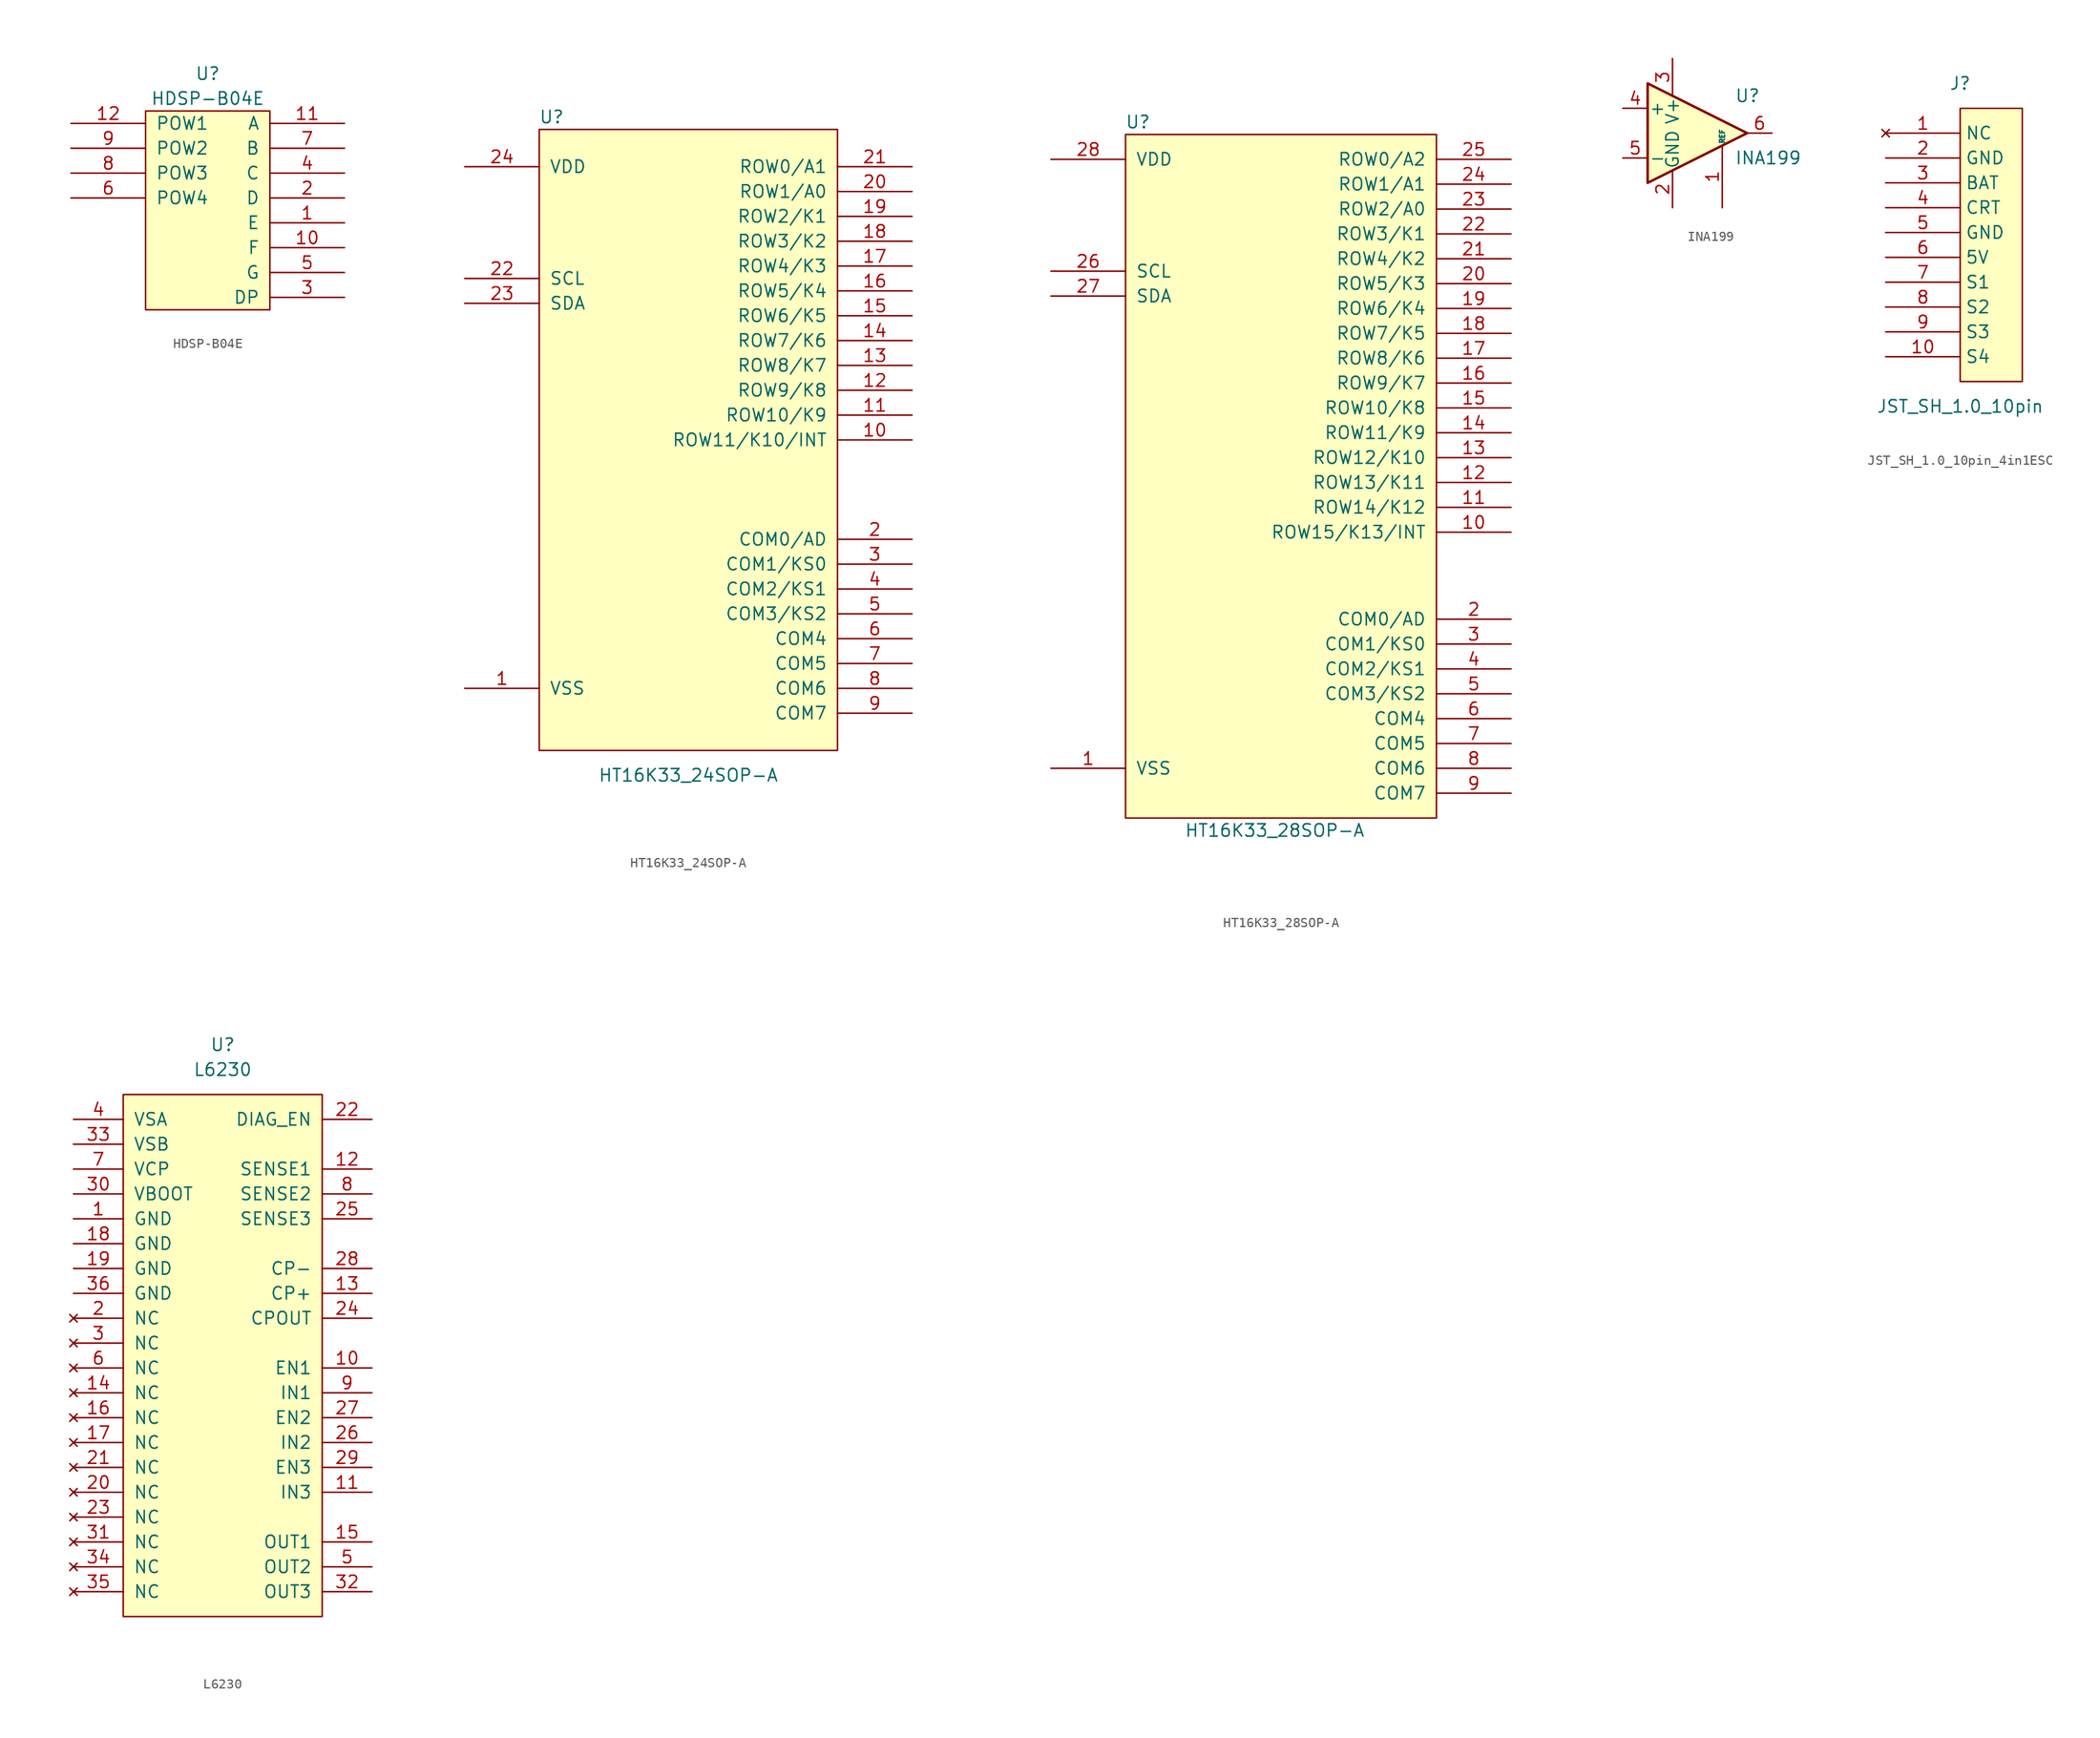
<source format=kicad_sym>
(kicad_symbol_lib
  (version 20220914)
  (generator kicad_symbol_editor)
  (symbol "HDSP-B04E"
    (pin_names
      (offset 1.016))
    (property "Reference" "U"
      (at 0 24.13 0)
      (effects (font (size 1.27 1.27))))
    (property "Value" "HDSP-B04E"
      (at 0 21.59 0)
      (effects (font (size 1.27 1.27))))
    (symbol "HDSP-B04E_0_1"
      (rectangle (start -6.35 20.32) (end 6.35 0) (stroke (width 0) (type solid)) (fill (type background))))
    (symbol "HDSP-B04E_1_1"
      (pin input line (at 13.97 8.89 180) (length 7.62) (name "E" (effects (font (size 1.27 1.27)))) (number "1" (effects (font (size 1.27 1.27)))))
      (pin input line (at 13.97 6.35 180) (length 7.62) (name "F" (effects (font (size 1.27 1.27)))) (number "10" (effects (font (size 1.27 1.27)))))
      (pin input line (at 13.97 19.05 180) (length 7.62) (name "A" (effects (font (size 1.27 1.27)))) (number "11" (effects (font (size 1.27 1.27)))))
      (pin input line (at -13.97 19.05 0) (length 7.62) (name "POW1" (effects (font (size 1.27 1.27)))) (number "12" (effects (font (size 1.27 1.27)))))
      (pin input line (at 13.97 11.43 180) (length 7.62) (name "D" (effects (font (size 1.27 1.27)))) (number "2" (effects (font (size 1.27 1.27)))))
      (pin input line (at 13.97 1.27 180) (length 7.62) (name "DP" (effects (font (size 1.27 1.27)))) (number "3" (effects (font (size 1.27 1.27)))))
      (pin input line (at 13.97 13.97 180) (length 7.62) (name "C" (effects (font (size 1.27 1.27)))) (number "4" (effects (font (size 1.27 1.27)))))
      (pin input line (at 13.97 3.81 180) (length 7.62) (name "G" (effects (font (size 1.27 1.27)))) (number "5" (effects (font (size 1.27 1.27)))))
      (pin input line (at -13.97 11.43 0) (length 7.62) (name "POW4" (effects (font (size 1.27 1.27)))) (number "6" (effects (font (size 1.27 1.27)))))
      (pin input line (at 13.97 16.51 180) (length 7.62) (name "B" (effects (font (size 1.27 1.27)))) (number "7" (effects (font (size 1.27 1.27)))))
      (pin input line (at -13.97 13.97 0) (length 7.62) (name "POW3" (effects (font (size 1.27 1.27)))) (number "8" (effects (font (size 1.27 1.27)))))
      (pin input line (at -13.97 16.51 0) (length 7.62) (name "POW2" (effects (font (size 1.27 1.27)))) (number "9" (effects (font (size 1.27 1.27)))))))
  (symbol "HT16K33_24SOP-A"
    (pin_names
      (offset 1.016))
    (property "Reference" "U"
      (at -13.97 33.02 0)
      (effects (font (size 1.27 1.27))))
    (property "Value" "HT16K33_24SOP-A"
      (at 0 -34.29 0)
      (effects (font (size 1.27 1.27))))
    (symbol "HT16K33_24SOP-A_0_1"
      (rectangle (start -15.24 31.75) (end 15.24 -31.75) (stroke (width 0) (type solid)) (fill (type background))))
    (symbol "HT16K33_24SOP-A_1_1"
      (pin power_in line (at -22.86 -25.4 0) (length 7.62) (name "VSS" (effects (font (size 1.27 1.27)))) (number "1" (effects (font (size 1.27 1.27)))))
      (pin bidirectional line (at 22.86 0 180) (length 7.62) (name "ROW11/K10/INT" (effects (font (size 1.27 1.27)))) (number "10" (effects (font (size 1.27 1.27)))))
      (pin bidirectional line (at 22.86 2.54 180) (length 7.62) (name "ROW10/K9" (effects (font (size 1.27 1.27)))) (number "11" (effects (font (size 1.27 1.27)))))
      (pin bidirectional line (at 22.86 5.08 180) (length 7.62) (name "ROW9/K8" (effects (font (size 1.27 1.27)))) (number "12" (effects (font (size 1.27 1.27)))))
      (pin bidirectional line (at 22.86 7.62 180) (length 7.62) (name "ROW8/K7" (effects (font (size 1.27 1.27)))) (number "13" (effects (font (size 1.27 1.27)))))
      (pin bidirectional line (at 22.86 10.16 180) (length 7.62) (name "ROW7/K6" (effects (font (size 1.27 1.27)))) (number "14" (effects (font (size 1.27 1.27)))))
      (pin bidirectional line (at 22.86 12.7 180) (length 7.62) (name "ROW6/K5" (effects (font (size 1.27 1.27)))) (number "15" (effects (font (size 1.27 1.27)))))
      (pin bidirectional line (at 22.86 15.24 180) (length 7.62) (name "ROW5/K4" (effects (font (size 1.27 1.27)))) (number "16" (effects (font (size 1.27 1.27)))))
      (pin bidirectional line (at 22.86 17.78 180) (length 7.62) (name "ROW4/K3" (effects (font (size 1.27 1.27)))) (number "17" (effects (font (size 1.27 1.27)))))
      (pin bidirectional line (at 22.86 20.32 180) (length 7.62) (name "ROW3/K2" (effects (font (size 1.27 1.27)))) (number "18" (effects (font (size 1.27 1.27)))))
      (pin bidirectional line (at 22.86 22.86 180) (length 7.62) (name "ROW2/K1" (effects (font (size 1.27 1.27)))) (number "19" (effects (font (size 1.27 1.27)))))
      (pin bidirectional line (at 22.86 -10.16 180) (length 7.62) (name "COM0/AD" (effects (font (size 1.27 1.27)))) (number "2" (effects (font (size 1.27 1.27)))))
      (pin bidirectional line (at 22.86 25.4 180) (length 7.62) (name "ROW1/A0" (effects (font (size 1.27 1.27)))) (number "20" (effects (font (size 1.27 1.27)))))
      (pin bidirectional line (at 22.86 27.94 180) (length 7.62) (name "ROW0/A1" (effects (font (size 1.27 1.27)))) (number "21" (effects (font (size 1.27 1.27)))))
      (pin input line (at -22.86 16.51 0) (length 7.62) (name "SCL" (effects (font (size 1.27 1.27)))) (number "22" (effects (font (size 1.27 1.27)))))
      (pin bidirectional line (at -22.86 13.97 0) (length 7.62) (name "SDA" (effects (font (size 1.27 1.27)))) (number "23" (effects (font (size 1.27 1.27)))))
      (pin power_in line (at -22.86 27.94 0) (length 7.62) (name "VDD" (effects (font (size 1.27 1.27)))) (number "24" (effects (font (size 1.27 1.27)))))
      (pin bidirectional line (at 22.86 -12.7 180) (length 7.62) (name "COM1/KS0" (effects (font (size 1.27 1.27)))) (number "3" (effects (font (size 1.27 1.27)))))
      (pin bidirectional line (at 22.86 -15.24 180) (length 7.62) (name "COM2/KS1" (effects (font (size 1.27 1.27)))) (number "4" (effects (font (size 1.27 1.27)))))
      (pin bidirectional line (at 22.86 -17.78 180) (length 7.62) (name "COM3/KS2" (effects (font (size 1.27 1.27)))) (number "5" (effects (font (size 1.27 1.27)))))
      (pin bidirectional line (at 22.86 -20.32 180) (length 7.62) (name "COM4" (effects (font (size 1.27 1.27)))) (number "6" (effects (font (size 1.27 1.27)))))
      (pin bidirectional line (at 22.86 -22.86 180) (length 7.62) (name "COM5" (effects (font (size 1.27 1.27)))) (number "7" (effects (font (size 1.27 1.27)))))
      (pin bidirectional line (at 22.86 -25.4 180) (length 7.62) (name "COM6" (effects (font (size 1.27 1.27)))) (number "8" (effects (font (size 1.27 1.27)))))
      (pin bidirectional line (at 22.86 -27.94 180) (length 7.62) (name "COM7" (effects (font (size 1.27 1.27)))) (number "9" (effects (font (size 1.27 1.27)))))))
  (symbol "HT16K33_28SOP-A"
    (pin_names
      (offset 1.016))
    (property "Reference" "U"
      (at -15.24 35.56 0)
      (effects (font (size 1.27 1.27))))
    (property "Value" "HT16K33_28SOP-A"
      (at -1.27 -36.83 0)
      (effects (font (size 1.27 1.27))))
    (symbol "HT16K33_28SOP-A_0_1"
      (rectangle (start -16.51 34.29) (end 15.24 -35.56) (stroke (width 0) (type solid)) (fill (type background))))
    (symbol "HT16K33_28SOP-A_1_1"
      (pin power_in line (at -24.13 -30.48 0) (length 7.62) (name "VSS" (effects (font (size 1.27 1.27)))) (number "1" (effects (font (size 1.27 1.27)))))
      (pin bidirectional line (at 22.86 -6.35 180) (length 7.62) (name "ROW15/K13/INT" (effects (font (size 1.27 1.27)))) (number "10" (effects (font (size 1.27 1.27)))))
      (pin bidirectional line (at 22.86 -3.81 180) (length 7.62) (name "ROW14/K12" (effects (font (size 1.27 1.27)))) (number "11" (effects (font (size 1.27 1.27)))))
      (pin bidirectional line (at 22.86 -1.27 180) (length 7.62) (name "ROW13/K11" (effects (font (size 1.27 1.27)))) (number "12" (effects (font (size 1.27 1.27)))))
      (pin bidirectional line (at 22.86 1.27 180) (length 7.62) (name "ROW12/K10" (effects (font (size 1.27 1.27)))) (number "13" (effects (font (size 1.27 1.27)))))
      (pin bidirectional line (at 22.86 3.81 180) (length 7.62) (name "ROW11/K9" (effects (font (size 1.27 1.27)))) (number "14" (effects (font (size 1.27 1.27)))))
      (pin bidirectional line (at 22.86 6.35 180) (length 7.62) (name "ROW10/K8" (effects (font (size 1.27 1.27)))) (number "15" (effects (font (size 1.27 1.27)))))
      (pin bidirectional line (at 22.86 8.89 180) (length 7.62) (name "ROW9/K7" (effects (font (size 1.27 1.27)))) (number "16" (effects (font (size 1.27 1.27)))))
      (pin bidirectional line (at 22.86 11.43 180) (length 7.62) (name "ROW8/K6" (effects (font (size 1.27 1.27)))) (number "17" (effects (font (size 1.27 1.27)))))
      (pin bidirectional line (at 22.86 13.97 180) (length 7.62) (name "ROW7/K5" (effects (font (size 1.27 1.27)))) (number "18" (effects (font (size 1.27 1.27)))))
      (pin bidirectional line (at 22.86 16.51 180) (length 7.62) (name "ROW6/K4" (effects (font (size 1.27 1.27)))) (number "19" (effects (font (size 1.27 1.27)))))
      (pin bidirectional line (at 22.86 -15.24 180) (length 7.62) (name "COM0/AD" (effects (font (size 1.27 1.27)))) (number "2" (effects (font (size 1.27 1.27)))))
      (pin bidirectional line (at 22.86 19.05 180) (length 7.62) (name "ROW5/K3" (effects (font (size 1.27 1.27)))) (number "20" (effects (font (size 1.27 1.27)))))
      (pin bidirectional line (at 22.86 21.59 180) (length 7.62) (name "ROW4/K2" (effects (font (size 1.27 1.27)))) (number "21" (effects (font (size 1.27 1.27)))))
      (pin bidirectional line (at 22.86 24.13 180) (length 7.62) (name "ROW3/K1" (effects (font (size 1.27 1.27)))) (number "22" (effects (font (size 1.27 1.27)))))
      (pin bidirectional line (at 22.86 26.67 180) (length 7.62) (name "ROW2/A0" (effects (font (size 1.27 1.27)))) (number "23" (effects (font (size 1.27 1.27)))))
      (pin bidirectional line (at 22.86 29.21 180) (length 7.62) (name "ROW1/A1" (effects (font (size 1.27 1.27)))) (number "24" (effects (font (size 1.27 1.27)))))
      (pin bidirectional line (at 22.86 31.75 180) (length 7.62) (name "ROW0/A2" (effects (font (size 1.27 1.27)))) (number "25" (effects (font (size 1.27 1.27)))))
      (pin input line (at -24.13 20.32 0) (length 7.62) (name "SCL" (effects (font (size 1.27 1.27)))) (number "26" (effects (font (size 1.27 1.27)))))
      (pin bidirectional line (at -24.13 17.78 0) (length 7.62) (name "SDA" (effects (font (size 1.27 1.27)))) (number "27" (effects (font (size 1.27 1.27)))))
      (pin power_in line (at -24.13 31.75 0) (length 7.62) (name "VDD" (effects (font (size 1.27 1.27)))) (number "28" (effects (font (size 1.27 1.27)))))
      (pin bidirectional line (at 22.86 -17.78 180) (length 7.62) (name "COM1/KS0" (effects (font (size 1.27 1.27)))) (number "3" (effects (font (size 1.27 1.27)))))
      (pin bidirectional line (at 22.86 -20.32 180) (length 7.62) (name "COM2/KS1" (effects (font (size 1.27 1.27)))) (number "4" (effects (font (size 1.27 1.27)))))
      (pin bidirectional line (at 22.86 -22.86 180) (length 7.62) (name "COM3/KS2" (effects (font (size 1.27 1.27)))) (number "5" (effects (font (size 1.27 1.27)))))
      (pin bidirectional line (at 22.86 -25.4 180) (length 7.62) (name "COM4" (effects (font (size 1.27 1.27)))) (number "6" (effects (font (size 1.27 1.27)))))
      (pin bidirectional line (at 22.86 -27.94 180) (length 7.62) (name "COM5" (effects (font (size 1.27 1.27)))) (number "7" (effects (font (size 1.27 1.27)))))
      (pin bidirectional line (at 22.86 -30.48 180) (length 7.62) (name "COM6" (effects (font (size 1.27 1.27)))) (number "8" (effects (font (size 1.27 1.27)))))
      (pin bidirectional line (at 22.86 -33.02 180) (length 7.62) (name "COM7" (effects (font (size 1.27 1.27)))) (number "9" (effects (font (size 1.27 1.27)))))))
  (symbol "INA199"
    (pin_names
      (offset 0.127))
    (property "Reference" "U"
      (at 3.81 3.81 0)
      (effects (font (size 1.27 1.27)) (justify left)))
    (property "Value" "INA199"
      (at 3.81 -2.54 0)
      (effects (font (size 1.27 1.27)) (justify left)))
    (symbol "INA199_0_1"
      (polyline (pts (xy 5.08 0) (xy -5.08 5.08) (xy -5.08 -5.08) (xy 5.08 0)) (stroke (width 0.254) (type solid)) (fill (type background))))
    (symbol "INA199_1_1"
      (pin input line (at 2.54 -7.62 90) (length 6.35) (name "REF" (effects (font (size 0.508 0.508)))) (number "1" (effects (font (size 1.27 1.27)))))
      (pin power_in line (at -2.54 -7.62 90) (length 3.81) (name "GND" (effects (font (size 1.27 1.27)))) (number "2" (effects (font (size 1.27 1.27)))))
      (pin power_in line (at -2.54 7.62 270) (length 3.81) (name "V+" (effects (font (size 1.27 1.27)))) (number "3" (effects (font (size 1.27 1.27)))))
      (pin input line (at -7.62 2.54 0) (length 2.54) (name "+" (effects (font (size 1.27 1.27)))) (number "4" (effects (font (size 1.27 1.27)))))
      (pin input line (at -7.62 -2.54 0) (length 2.54) (name "-" (effects (font (size 1.27 1.27)))) (number "5" (effects (font (size 1.27 1.27)))))
      (pin output line (at 7.62 0 180) (length 2.54) (name "~" (effects (font (size 1.27 1.27)))) (number "6" (effects (font (size 1.27 1.27)))))))
  (symbol "JST_SH_1.0_10pin_4in1ESC"
    (property "Reference" "J"
      (at 0 17.78 0)
      (effects (font (size 1.27 1.27))))
    (property "Value" "JST_SH_1.0_10pin"
      (at 0 -15.24 0)
      (effects (font (size 1.27 1.27))))
    (symbol "JST_SH_1.0_10pin_4in1ESC_0_1"
      (rectangle (start 0 15.24) (end 6.35 -12.7) (stroke (width 0) (type solid)) (fill (type background))))
    (symbol "JST_SH_1.0_10pin_4in1ESC_1_1"
      (pin no_connect line (at -7.62 12.7 0) (length 7.62) (name "NC" (effects (font (size 1.27 1.27)))) (number "1" (effects (font (size 1.27 1.27)))))
      (pin input line (at -7.62 -10.16 0) (length 7.62) (name "S4" (effects (font (size 1.27 1.27)))) (number "10" (effects (font (size 1.27 1.27)))))
      (pin power_in line (at -7.62 10.16 0) (length 7.62) (name "GND" (effects (font (size 1.27 1.27)))) (number "2" (effects (font (size 1.27 1.27)))))
      (pin power_in line (at -7.62 7.62 0) (length 7.62) (name "BAT" (effects (font (size 1.27 1.27)))) (number "3" (effects (font (size 1.27 1.27)))))
      (pin input line (at -7.62 5.08 0) (length 7.62) (name "CRT" (effects (font (size 1.27 1.27)))) (number "4" (effects (font (size 1.27 1.27)))))
      (pin power_in line (at -7.62 2.54 0) (length 7.62) (name "GND" (effects (font (size 1.27 1.27)))) (number "5" (effects (font (size 1.27 1.27)))))
      (pin power_out line (at -7.62 0 0) (length 7.62) (name "5V" (effects (font (size 1.27 1.27)))) (number "6" (effects (font (size 1.27 1.27)))))
      (pin input line (at -7.62 -2.54 0) (length 7.62) (name "S1" (effects (font (size 1.27 1.27)))) (number "7" (effects (font (size 1.27 1.27)))))
      (pin input line (at -7.62 -5.08 0) (length 7.62) (name "S2" (effects (font (size 1.27 1.27)))) (number "8" (effects (font (size 1.27 1.27)))))
      (pin input line (at -7.62 -7.62 0) (length 7.62) (name "S3" (effects (font (size 1.27 1.27)))) (number "9" (effects (font (size 1.27 1.27)))))))
  (symbol "L6230"
    (pin_names
      (offset 1.016))
    (property "Reference" "U"
      (at 0 33.02 0)
      (effects (font (size 1.27 1.27))))
    (property "Value" "L6230"
      (at 0 30.48 0)
      (effects (font (size 1.27 1.27))))
    (symbol "L6230_0_1"
      (rectangle (start -10.16 27.94) (end 10.16 -25.4) (stroke (width 0) (type solid)) (fill (type background))))
    (symbol "L6230_1_1"
      (pin input line (at -15.24 15.24 0) (length 5.08) (name "GND" (effects (font (size 1.27 1.27)))) (number "1" (effects (font (size 1.27 1.27)))))
      (pin input line (at 15.24 0 180) (length 5.08) (name "EN1" (effects (font (size 1.27 1.27)))) (number "10" (effects (font (size 1.27 1.27)))))
      (pin input line (at 15.24 -12.7 180) (length 5.08) (name "IN3" (effects (font (size 1.27 1.27)))) (number "11" (effects (font (size 1.27 1.27)))))
      (pin input line (at 15.24 20.32 180) (length 5.08) (name "SENSE1" (effects (font (size 1.27 1.27)))) (number "12" (effects (font (size 1.27 1.27)))))
      (pin input line (at 15.24 7.62 180) (length 5.08) (name "CP+" (effects (font (size 1.27 1.27)))) (number "13" (effects (font (size 1.27 1.27)))))
      (pin no_connect line (at -15.24 -2.54 0) (length 5.08) (name "NC" (effects (font (size 1.27 1.27)))) (number "14" (effects (font (size 1.27 1.27)))))
      (pin input line (at 15.24 -17.78 180) (length 5.08) (name "OUT1" (effects (font (size 1.27 1.27)))) (number "15" (effects (font (size 1.27 1.27)))))
      (pin no_connect line (at -15.24 -5.08 0) (length 5.08) (name "NC" (effects (font (size 1.27 1.27)))) (number "16" (effects (font (size 1.27 1.27)))))
      (pin no_connect line (at -15.24 -7.62 0) (length 5.08) (name "NC" (effects (font (size 1.27 1.27)))) (number "17" (effects (font (size 1.27 1.27)))))
      (pin input line (at -15.24 12.7 0) (length 5.08) (name "GND" (effects (font (size 1.27 1.27)))) (number "18" (effects (font (size 1.27 1.27)))))
      (pin input line (at -15.24 10.16 0) (length 5.08) (name "GND" (effects (font (size 1.27 1.27)))) (number "19" (effects (font (size 1.27 1.27)))))
      (pin no_connect line (at -15.24 5.08 0) (length 5.08) (name "NC" (effects (font (size 1.27 1.27)))) (number "2" (effects (font (size 1.27 1.27)))))
      (pin no_connect line (at -15.24 -12.7 0) (length 5.08) (name "NC" (effects (font (size 1.27 1.27)))) (number "20" (effects (font (size 1.27 1.27)))))
      (pin no_connect line (at -15.24 -10.16 0) (length 5.08) (name "NC" (effects (font (size 1.27 1.27)))) (number "21" (effects (font (size 1.27 1.27)))))
      (pin input line (at 15.24 25.4 180) (length 5.08) (name "DIAG_EN" (effects (font (size 1.27 1.27)))) (number "22" (effects (font (size 1.27 1.27)))))
      (pin no_connect line (at -15.24 -15.24 0) (length 5.08) (name "NC" (effects (font (size 1.27 1.27)))) (number "23" (effects (font (size 1.27 1.27)))))
      (pin output line (at 15.24 5.08 180) (length 5.08) (name "CPOUT" (effects (font (size 1.27 1.27)))) (number "24" (effects (font (size 1.27 1.27)))))
      (pin input line (at 15.24 15.24 180) (length 5.08) (name "SENSE3" (effects (font (size 1.27 1.27)))) (number "25" (effects (font (size 1.27 1.27)))))
      (pin input line (at 15.24 -7.62 180) (length 5.08) (name "IN2" (effects (font (size 1.27 1.27)))) (number "26" (effects (font (size 1.27 1.27)))))
      (pin input line (at 15.24 -5.08 180) (length 5.08) (name "EN2" (effects (font (size 1.27 1.27)))) (number "27" (effects (font (size 1.27 1.27)))))
      (pin input line (at 15.24 10.16 180) (length 5.08) (name "CP-" (effects (font (size 1.27 1.27)))) (number "28" (effects (font (size 1.27 1.27)))))
      (pin input line (at 15.24 -10.16 180) (length 5.08) (name "EN3" (effects (font (size 1.27 1.27)))) (number "29" (effects (font (size 1.27 1.27)))))
      (pin no_connect line (at -15.24 2.54 0) (length 5.08) (name "NC" (effects (font (size 1.27 1.27)))) (number "3" (effects (font (size 1.27 1.27)))))
      (pin input line (at -15.24 17.78 0) (length 5.08) (name "VBOOT" (effects (font (size 1.27 1.27)))) (number "30" (effects (font (size 1.27 1.27)))))
      (pin no_connect line (at -15.24 -17.78 0) (length 5.08) (name "NC" (effects (font (size 1.27 1.27)))) (number "31" (effects (font (size 1.27 1.27)))))
      (pin input line (at 15.24 -22.86 180) (length 5.08) (name "OUT3" (effects (font (size 1.27 1.27)))) (number "32" (effects (font (size 1.27 1.27)))))
      (pin power_in line (at -15.24 22.86 0) (length 5.08) (name "VSB" (effects (font (size 1.27 1.27)))) (number "33" (effects (font (size 1.27 1.27)))))
      (pin no_connect line (at -15.24 -20.32 0) (length 5.08) (name "NC" (effects (font (size 1.27 1.27)))) (number "34" (effects (font (size 1.27 1.27)))))
      (pin no_connect line (at -15.24 -22.86 0) (length 5.08) (name "NC" (effects (font (size 1.27 1.27)))) (number "35" (effects (font (size 1.27 1.27)))))
      (pin input line (at -15.24 7.62 0) (length 5.08) (name "GND" (effects (font (size 1.27 1.27)))) (number "36" (effects (font (size 1.27 1.27)))))
      (pin power_in line (at -15.24 25.4 0) (length 5.08) (name "VSA" (effects (font (size 1.27 1.27)))) (number "4" (effects (font (size 1.27 1.27)))))
      (pin input line (at 15.24 -20.32 180) (length 5.08) (name "OUT2" (effects (font (size 1.27 1.27)))) (number "5" (effects (font (size 1.27 1.27)))))
      (pin no_connect line (at -15.24 0 0) (length 5.08) (name "NC" (effects (font (size 1.27 1.27)))) (number "6" (effects (font (size 1.27 1.27)))))
      (pin input line (at -15.24 20.32 0) (length 5.08) (name "VCP" (effects (font (size 1.27 1.27)))) (number "7" (effects (font (size 1.27 1.27)))))
      (pin input line (at 15.24 17.78 180) (length 5.08) (name "SENSE2" (effects (font (size 1.27 1.27)))) (number "8" (effects (font (size 1.27 1.27)))))
      (pin input line (at 15.24 -2.54 180) (length 5.08) (name "IN1" (effects (font (size 1.27 1.27)))) (number "9" (effects (font (size 1.27 1.27))))))))
</source>
